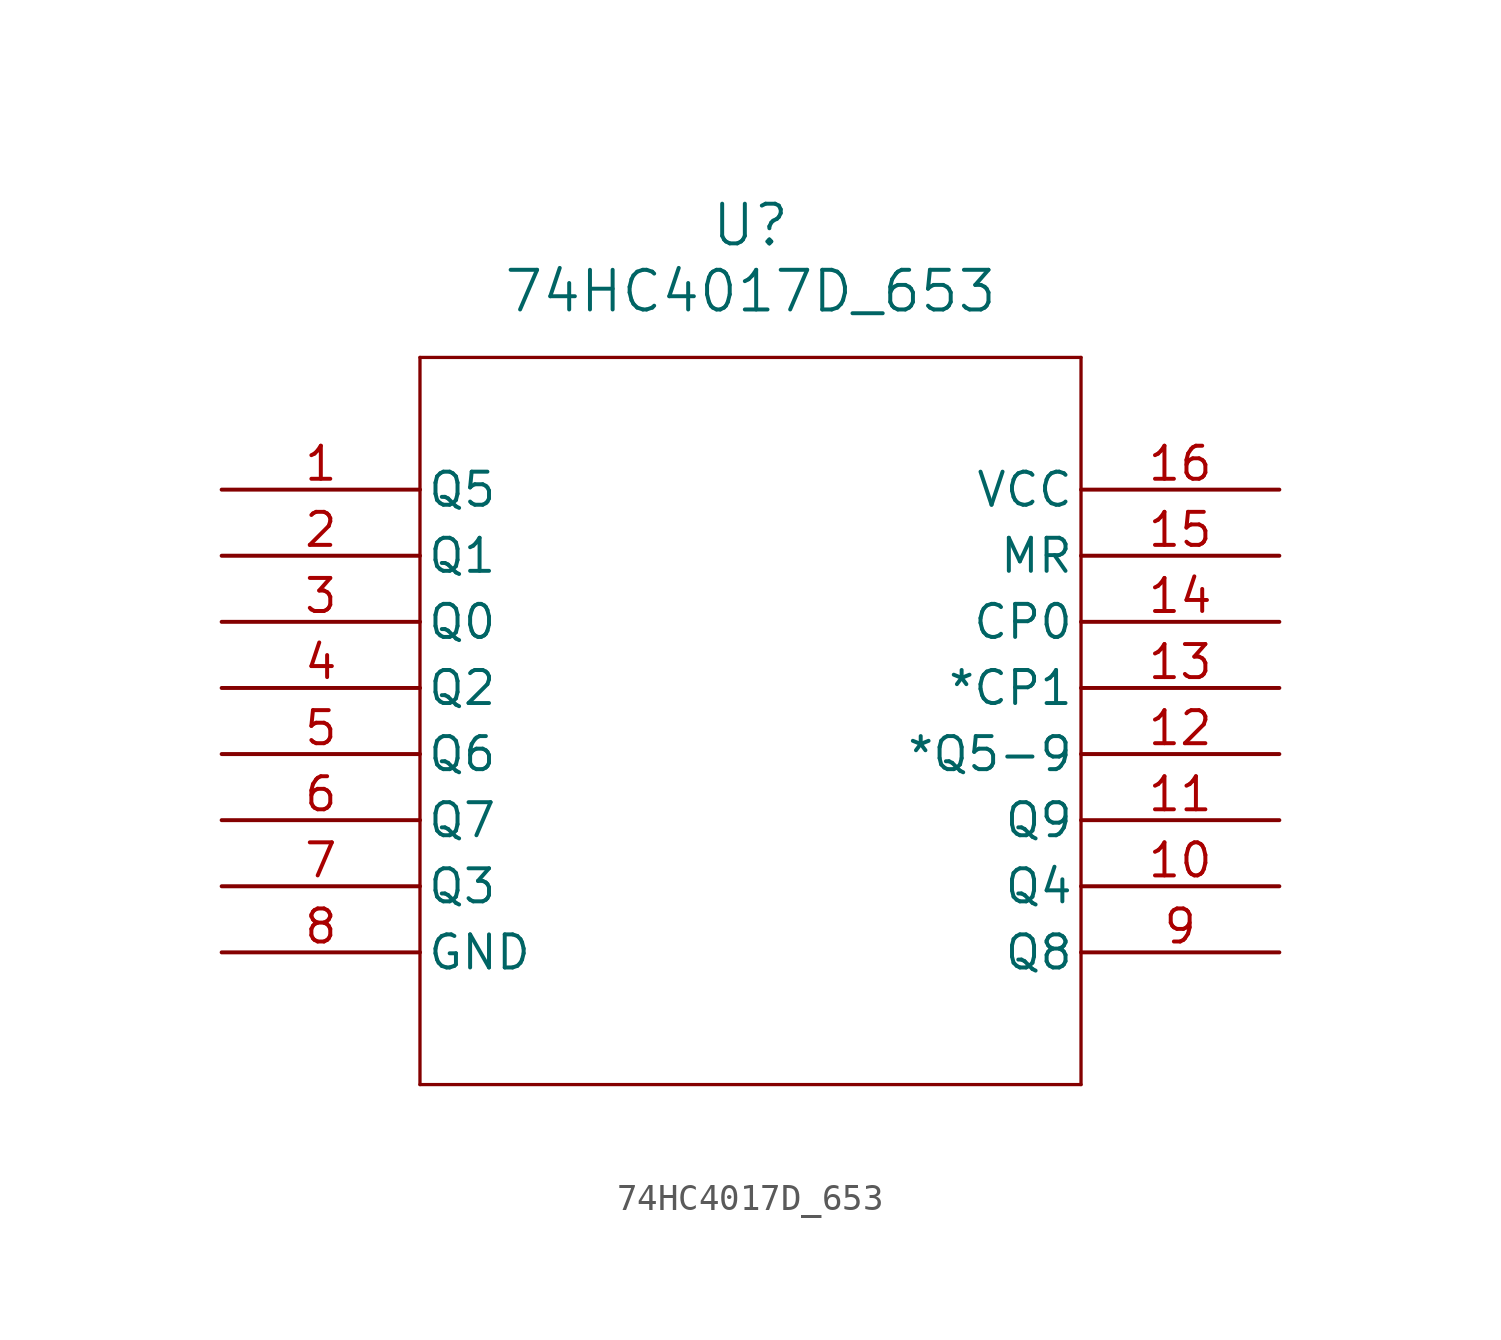
<source format=kicad_sym>
(kicad_symbol_lib
  (version 20211014)
  (generator kicad_symbol_editor)
  (symbol "74HC4017D_653"
    (pin_names
      (offset 0.254))
    (property "Reference" "U"
      (at 20.32 10.16 0)
      (effects (font (size 1.524 1.524))))
    (property "Value" "74HC4017D_653"
      (at 20.32 7.62 0)
      (effects (font (size 1.524 1.524))))
    (symbol "74HC4017D_653_0_1"
      (polyline (pts (xy 7.62 5.08) (xy 7.62 -22.86)) (stroke (width 0.127) (type default) (color 0 0 0 0)) (fill (type none)))
      (polyline (pts (xy 7.62 -22.86) (xy 33.02 -22.86)) (stroke (width 0.127) (type default) (color 0 0 0 0)) (fill (type none)))
      (polyline (pts (xy 33.02 -22.86) (xy 33.02 5.08)) (stroke (width 0.127) (type default) (color 0 0 0 0)) (fill (type none)))
      (polyline (pts (xy 33.02 5.08) (xy 7.62 5.08)) (stroke (width 0.127) (type default) (color 0 0 0 0)) (fill (type none)))
      (pin output line (at 0 0 0) (length 7.62) (name "Q5" (effects (font (size 1.27 1.27)))) (number "1" (effects (font (size 1.27 1.27)))))
      (pin output line (at 0 -2.54 0) (length 7.62) (name "Q1" (effects (font (size 1.27 1.27)))) (number "2" (effects (font (size 1.27 1.27)))))
      (pin output line (at 0 -5.08 0) (length 7.62) (name "Q0" (effects (font (size 1.27 1.27)))) (number "3" (effects (font (size 1.27 1.27)))))
      (pin output line (at 0 -7.62 0) (length 7.62) (name "Q2" (effects (font (size 1.27 1.27)))) (number "4" (effects (font (size 1.27 1.27)))))
      (pin output line (at 0 -10.16 0) (length 7.62) (name "Q6" (effects (font (size 1.27 1.27)))) (number "5" (effects (font (size 1.27 1.27)))))
      (pin output line (at 0 -12.7 0) (length 7.62) (name "Q7" (effects (font (size 1.27 1.27)))) (number "6" (effects (font (size 1.27 1.27)))))
      (pin output line (at 0 -15.24 0) (length 7.62) (name "Q3" (effects (font (size 1.27 1.27)))) (number "7" (effects (font (size 1.27 1.27)))))
      (pin power_out line (at 0 -17.78 0) (length 7.62) (name "GND" (effects (font (size 1.27 1.27)))) (number "8" (effects (font (size 1.27 1.27)))))
      (pin output line (at 40.64 -17.78 180) (length 7.62) (name "Q8" (effects (font (size 1.27 1.27)))) (number "9" (effects (font (size 1.27 1.27)))))
      (pin output line (at 40.64 -15.24 180) (length 7.62) (name "Q4" (effects (font (size 1.27 1.27)))) (number "10" (effects (font (size 1.27 1.27)))))
      (pin output line (at 40.64 -12.7 180) (length 7.62) (name "Q9" (effects (font (size 1.27 1.27)))) (number "11" (effects (font (size 1.27 1.27)))))
      (pin output line (at 40.64 -10.16 180) (length 7.62) (name "*Q5-9" (effects (font (size 1.27 1.27)))) (number "12" (effects (font (size 1.27 1.27)))))
      (pin input line (at 40.64 -7.62 180) (length 7.62) (name "*CP1" (effects (font (size 1.27 1.27)))) (number "13" (effects (font (size 1.27 1.27)))))
      (pin input line (at 40.64 -5.08 180) (length 7.62) (name "CP0" (effects (font (size 1.27 1.27)))) (number "14" (effects (font (size 1.27 1.27)))))
      (pin input line (at 40.64 -2.54 180) (length 7.62) (name "MR" (effects (font (size 1.27 1.27)))) (number "15" (effects (font (size 1.27 1.27)))))
      (pin power_in line (at 40.64 0 180) (length 7.62) (name "VCC" (effects (font (size 1.27 1.27)))) (number "16" (effects (font (size 1.27 1.27))))))))
</source>
